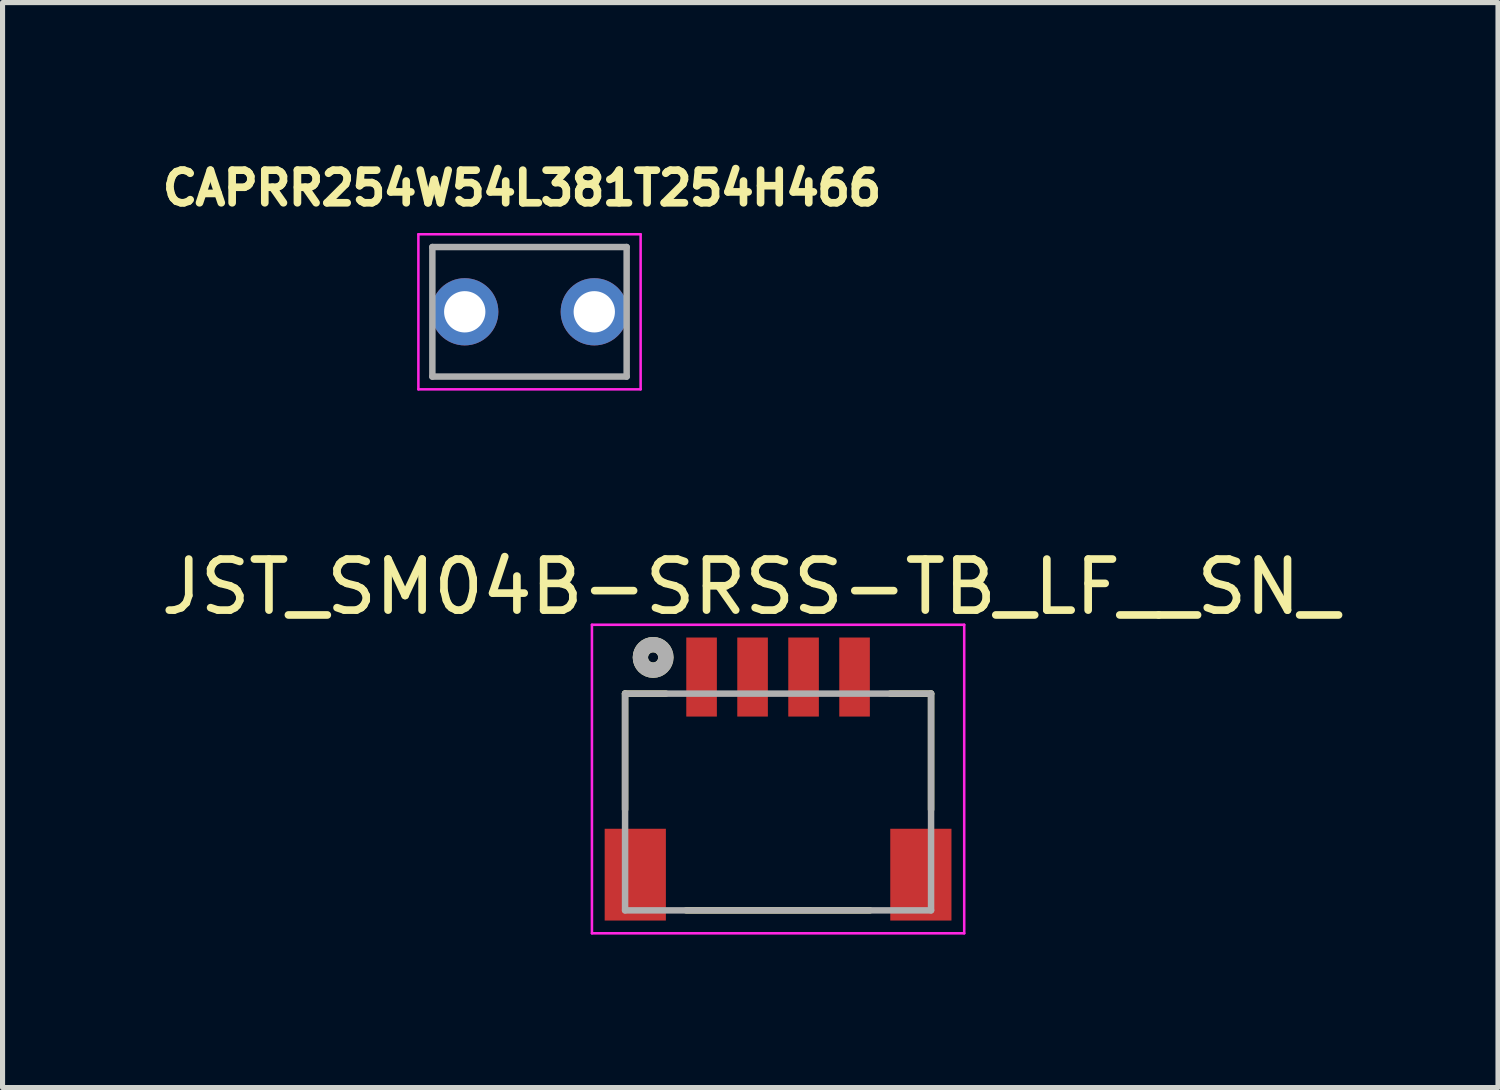
<source format=kicad_pcb>
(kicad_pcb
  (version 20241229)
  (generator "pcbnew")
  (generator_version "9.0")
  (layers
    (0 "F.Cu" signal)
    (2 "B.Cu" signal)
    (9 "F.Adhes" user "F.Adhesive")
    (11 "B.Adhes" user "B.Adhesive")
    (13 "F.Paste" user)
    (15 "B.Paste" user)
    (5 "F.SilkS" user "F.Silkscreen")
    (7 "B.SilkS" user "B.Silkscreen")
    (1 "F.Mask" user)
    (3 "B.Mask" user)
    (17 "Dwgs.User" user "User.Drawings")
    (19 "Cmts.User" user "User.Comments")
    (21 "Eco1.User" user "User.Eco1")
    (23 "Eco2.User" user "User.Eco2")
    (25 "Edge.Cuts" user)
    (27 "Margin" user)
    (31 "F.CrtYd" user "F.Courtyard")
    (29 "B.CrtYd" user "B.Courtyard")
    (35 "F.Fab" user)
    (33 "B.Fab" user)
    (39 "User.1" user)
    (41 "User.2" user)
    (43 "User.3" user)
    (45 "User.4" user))
  (footprint "JST_SM04B-SRSS-TB_LF__SN_"
    (layer "F.Cu")
    (at 12.207 10.226)
    (property "Reference" "JST_SM04B-SRSS-TB_LF__SN_" (at -0.545 -1.768 0) (layer "F.SilkS") (effects (font (size 1.001 1.001) (thickness 0.15))))
    (attr smd)
    (fp_line (start -3 0.325) (end -3 2.6) (stroke (width 0.127) (type solid)) (layer "F.SilkS"))
    (fp_line (start -2.2 0.325) (end -3 0.325) (stroke (width 0.127) (type solid)) (layer "F.SilkS"))
    (fp_line (start -1.8 4.575) (end 1.8 4.575) (stroke (width 0.127) (type solid)) (layer "F.SilkS"))
    (fp_line (start 2.2 0.325) (end 3 0.325) (stroke (width 0.127) (type solid)) (layer "F.SilkS"))
    (fp_line (start 3 0.325) (end 3 2.6) (stroke (width 0.127) (type solid)) (layer "F.SilkS"))
    (fp_circle (center -2.45 -0.385) (end -2.35 -0.385) (stroke (width 0.3) (type solid)) (fill no) (layer "F.SilkS"))
    (fp_line (start -3.65 -1.025) (end 3.65 -1.025) (stroke (width 0.05) (type solid)) (layer "F.CrtYd"))
    (fp_line (start -3.65 5.025) (end -3.65 -1.025) (stroke (width 0.05) (type solid)) (layer "F.CrtYd"))
    (fp_line (start 3.65 -1.025) (end 3.65 5.025) (stroke (width 0.05) (type solid)) (layer "F.CrtYd"))
    (fp_line (start 3.65 5.025) (end -3.65 5.025) (stroke (width 0.05) (type solid)) (layer "F.CrtYd"))
    (fp_line (start -3 0.325) (end 3 0.325) (stroke (width 0.127) (type solid)) (layer "F.Fab"))
    (fp_line (start -3 4.575) (end -3 0.325) (stroke (width 0.127) (type solid)) (layer "F.Fab"))
    (fp_line (start 3 0.325) (end 3 4.575) (stroke (width 0.127) (type solid)) (layer "F.Fab"))
    (fp_line (start 3 4.575) (end -3 4.575) (stroke (width 0.127) (type solid)) (layer "F.Fab"))
    (fp_circle (center -2.45 -0.385) (end -2.35 -0.385) (stroke (width 0.3) (type solid)) (fill no) (layer "F.Fab"))
    (pad "1" smd rect (at -1.5 0) (size 0.6 1.55) (layers "F.Cu" "F.Mask" "F.Paste"))
    (pad "2" smd rect (at -0.5 0) (size 0.6 1.55) (layers "F.Cu" "F.Mask" "F.Paste"))
    (pad "3" smd rect (at 0.5 0) (size 0.6 1.55) (layers "F.Cu" "F.Mask" "F.Paste"))
    (pad "4" smd rect (at 1.5 0) (size 0.6 1.55) (layers "F.Cu" "F.Mask" "F.Paste"))
    (pad "S1" smd rect (at -2.8 3.875 180) (size 1.2 1.8) (layers "F.Cu" "F.Mask" "F.Paste"))
    (pad "S2" smd rect (at 2.8 3.875 180) (size 1.2 1.8) (layers "F.Cu" "F.Mask" "F.Paste")))
  (footprint "CAPRR254W54L381T254H466"
    (layer "F.Cu")
    (at 7.333 3.064)
    (property "Reference" "CAPRR254W54L381T254H466" (at -0.147 -2.426 0) (layer "F.SilkS") (effects (font (size 0.64 0.64) (thickness 0.15))))
    (attr through_hole)
    (fp_line (start -2.179 -1.52) (end -2.179 1.52) (stroke (width 0.05) (type solid)) (layer "F.CrtYd"))
    (fp_line (start -2.179 1.52) (end 2.179 1.52) (stroke (width 0.05) (type solid)) (layer "F.CrtYd"))
    (fp_line (start 2.179 -1.52) (end -2.179 -1.52) (stroke (width 0.05) (type solid)) (layer "F.CrtYd"))
    (fp_line (start 2.179 1.52) (end 2.179 -1.52) (stroke (width 0.05) (type solid)) (layer "F.CrtYd"))
    (fp_line (start -1.905 -1.27) (end -1.905 1.27) (stroke (width 0.127) (type solid)) (layer "F.Fab"))
    (fp_line (start -1.905 1.27) (end 1.905 1.27) (stroke (width 0.127) (type solid)) (layer "F.Fab"))
    (fp_line (start 1.905 -1.27) (end -1.905 -1.27) (stroke (width 0.127) (type solid)) (layer "F.Fab"))
    (fp_line (start 1.905 1.27) (end 1.905 -1.27) (stroke (width 0.127) (type solid)) (layer "F.Fab"))
    (pad "1" thru_hole circle (at -1.27 0) (size 1.318 1.318) (drill 0.81) (layers "*.Cu" "*.Mask"))
    (pad "2" thru_hole circle (at 1.27 0) (size 1.318 1.318) (drill 0.81) (layers "*.Cu" "*.Mask")))
  (gr_rect
    (start -3 -3)
    (end 26.324 18.276)
    (stroke (width 0.1) (type default))
    (fill no)
    (layer "Edge.Cuts")))
</source>
